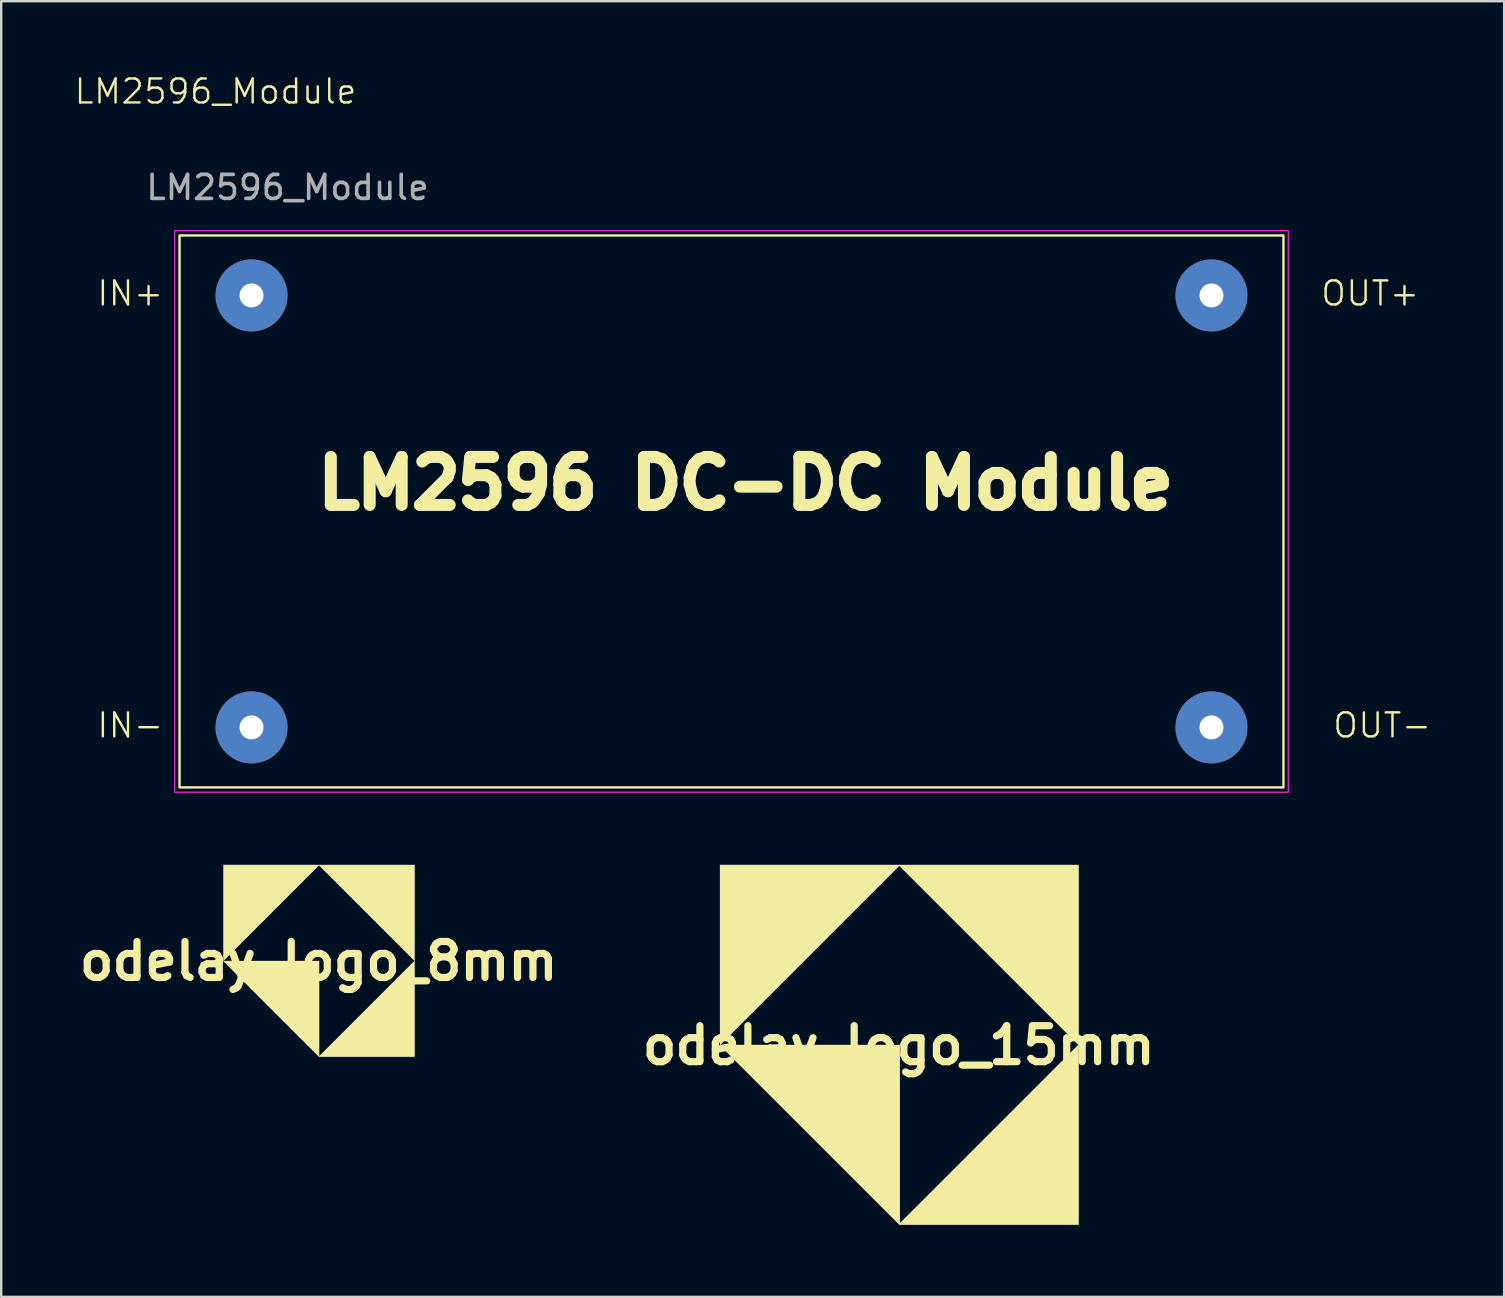
<source format=kicad_pcb>
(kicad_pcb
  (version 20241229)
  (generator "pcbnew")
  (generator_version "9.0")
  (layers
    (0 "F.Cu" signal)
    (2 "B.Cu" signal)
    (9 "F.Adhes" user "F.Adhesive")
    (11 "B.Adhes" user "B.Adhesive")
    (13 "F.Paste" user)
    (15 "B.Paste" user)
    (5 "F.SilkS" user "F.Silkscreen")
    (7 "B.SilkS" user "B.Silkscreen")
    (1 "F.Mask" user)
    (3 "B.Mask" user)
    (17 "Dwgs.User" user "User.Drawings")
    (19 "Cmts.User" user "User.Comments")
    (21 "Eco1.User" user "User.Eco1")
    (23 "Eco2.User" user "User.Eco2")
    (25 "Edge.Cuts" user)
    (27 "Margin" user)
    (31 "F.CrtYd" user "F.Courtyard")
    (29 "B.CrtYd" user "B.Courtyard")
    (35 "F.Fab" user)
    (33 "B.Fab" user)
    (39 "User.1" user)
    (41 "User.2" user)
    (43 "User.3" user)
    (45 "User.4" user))
  (footprint "odelay_logo_8mm"
    (layer "F.Cu")
    (at 10.229 37.001)
    (property "Reference" "odelay_logo_8mm" (at 0 0 0) (layer "F.SilkS") (effects (font (size 1.5 1.5) (thickness 0.3))))
    (attr board_only exclude_from_pos_files exclude_from_bom)
    (fp_poly (pts (xy 4.002 -0.013) (xy 4.002 3.989) (xy 2.008 3.989) (xy 0.013 3.989) (xy -1.982 1.995) (xy -3.976 -0.000128) (xy -3.976 -0.013) (xy -3.963 -0.013) (xy -1.968 -0.013) (xy 0.026 -0.013) (xy 0.026 1.968) (xy 0.026 3.95) (xy 2.008 1.968) (xy 3.989 -0.013) (xy 2.001 -2.001) (xy 0.013 -3.989) (xy -1.975 -2.001) (xy -3.963 -0.013) (xy -3.976 -0.013) (xy -3.976 -2.008) (xy -3.976 -4.015) (xy 0.013 -4.015) (xy 4.002 -4.015)) (stroke (width 0) (type solid)) (fill yes) (layer "F.SilkS")))
  (footprint "LM2596_Module"
    (layer "F.Cu")
    (at 7.431 9.261)
    (property "Reference" "LM2596_Module" (at -1.5 -8.5 0) (unlocked yes) (layer "F.SilkS") (effects (font (size 1 1) (thickness 0.1))))
    (attr through_hole)
    (fp_rect (start -3 -2.5) (end 43 20.5) (stroke (width 0.1) (type default)) (fill no) (layer "F.SilkS"))
    (fp_rect (start -3.2 -2.7) (end 43.2 20.7) (stroke (width 0.05) (type default)) (fill no) (layer "F.CrtYd"))
    (fp_text user "LM2596 DC-DC Module" (at 2.5 9 0) (unlocked yes) (layer "F.SilkS") (effects (font (size 2 2) (thickness 0.5) (bold yes)) (justify left bottom)))
    (fp_text user "OUT+" (at 44.5 0.5 0) (unlocked yes) (layer "F.SilkS") (effects (font (size 1 1) (thickness 0.1)) (justify left bottom)))
    (fp_text user "IN-" (at -6.5 18.5 0) (unlocked yes) (layer "F.SilkS") (effects (font (size 1 1) (thickness 0.1)) (justify left bottom)))
    (fp_text user "IN+" (at -6.5 0.5 0) (unlocked yes) (layer "F.SilkS") (effects (font (size 1 1) (thickness 0.1)) (justify left bottom)))
    (fp_text user "OUT-" (at 45 18.5 0) (unlocked yes) (layer "F.SilkS") (effects (font (size 1 1) (thickness 0.1)) (justify left bottom)))
    (fp_text user "${REFERENCE}" (at 1.5 -4.5 0) (unlocked yes) (layer "F.Fab") (effects (font (size 1 1) (thickness 0.15))))
    (pad "1" thru_hole circle (at 0 0) (size 3 3) (drill 1) (layers "*.Cu" "*.Mask"))
    (pad "2" thru_hole circle (at 0 18) (size 3 3) (drill 1) (layers "*.Cu" "*.Mask"))
    (pad "3" thru_hole circle (at 40 0) (size 3 3) (drill 1) (layers "*.Cu" "*.Mask"))
    (pad "4" thru_hole circle (at 40 18) (size 3 3) (drill 1) (layers "*.Cu" "*.Mask")))
  (footprint "odelay_logo_15mm"
    (layer "F.Cu")
    (at 34.4 40.512)
    (property "Reference" "odelay_logo_15mm" (at 0 0 0) (layer "F.SilkS") (effects (font (size 1.5 1.5) (thickness 0.3))))
    (attr board_only exclude_from_pos_files exclude_from_bom)
    (fp_poly (pts (xy 7.502 -0.025) (xy 7.502 7.478) (xy 3.763 7.478) (xy 0.024 7.478) (xy -3.715 3.739) (xy -7.453 -0.000239) (xy -7.453 -0.025) (xy -7.429 -0.025) (xy -3.69 -0.025) (xy 0.049 -0.025) (xy 0.049 3.69) (xy 0.049 7.404) (xy 3.763 3.69) (xy 7.478 -0.025) (xy 3.751 -3.751) (xy 0.024 -7.478) (xy -3.702 -3.751) (xy -7.429 -0.025) (xy -7.453 -0.025) (xy -7.453 -3.764) (xy -7.453 -7.527) (xy 0.025 -7.527) (xy 7.502 -7.527)) (stroke (width 0) (type solid)) (fill yes) (layer "F.SilkS")))
  (gr_rect
    (start -3 -3)
    (end 59.626 50.99)
    (stroke (width 0.1) (type default))
    (fill no)
    (layer "Edge.Cuts")))
</source>
